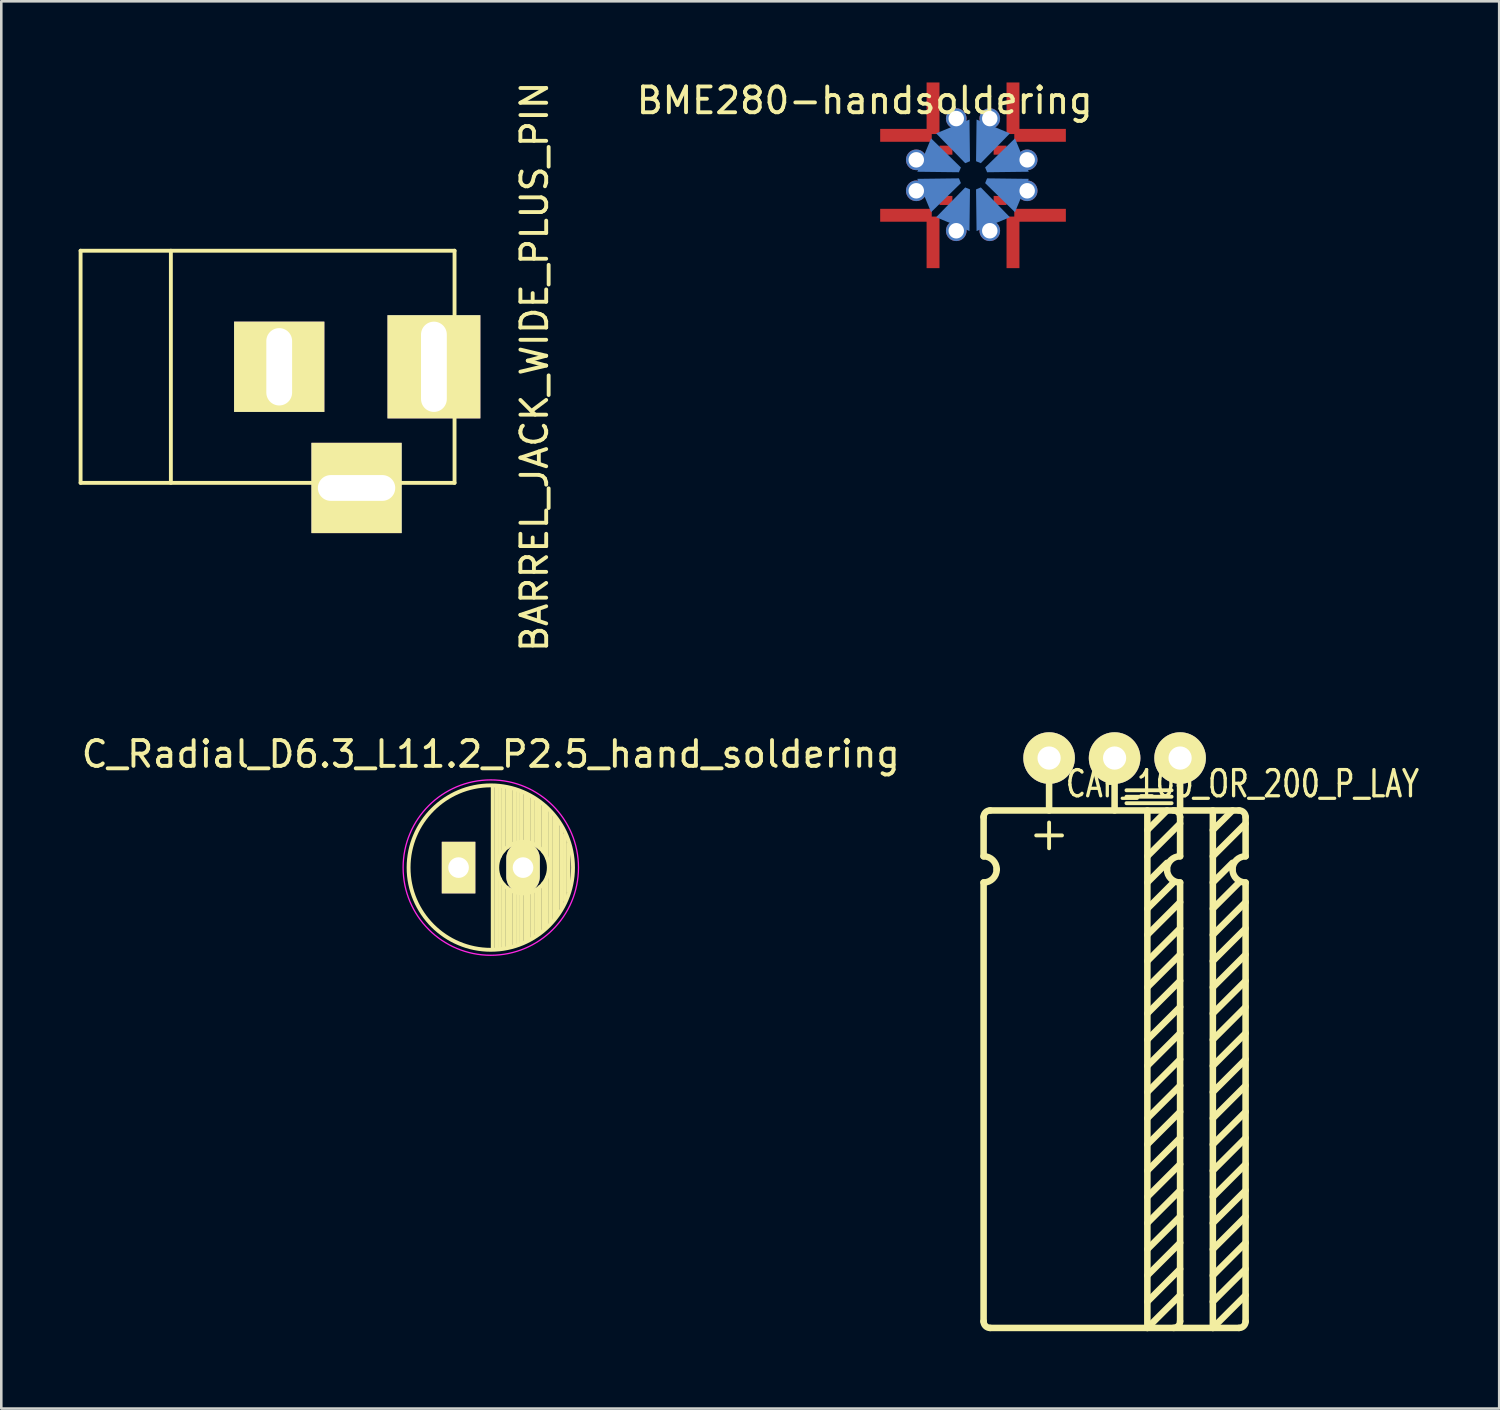
<source format=kicad_pcb>
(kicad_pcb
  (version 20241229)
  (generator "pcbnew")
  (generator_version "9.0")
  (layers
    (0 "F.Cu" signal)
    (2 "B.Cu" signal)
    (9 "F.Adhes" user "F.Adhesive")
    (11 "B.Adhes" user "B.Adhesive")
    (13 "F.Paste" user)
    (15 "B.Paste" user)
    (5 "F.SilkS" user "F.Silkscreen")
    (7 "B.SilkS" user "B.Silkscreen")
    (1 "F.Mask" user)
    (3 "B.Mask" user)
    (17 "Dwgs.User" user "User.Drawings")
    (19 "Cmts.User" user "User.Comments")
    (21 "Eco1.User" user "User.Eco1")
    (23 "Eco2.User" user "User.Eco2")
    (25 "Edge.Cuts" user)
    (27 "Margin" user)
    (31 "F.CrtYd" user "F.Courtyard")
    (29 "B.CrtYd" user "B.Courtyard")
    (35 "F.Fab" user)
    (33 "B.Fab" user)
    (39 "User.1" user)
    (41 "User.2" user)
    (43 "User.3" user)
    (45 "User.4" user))
  (footprint "C_Radial_D6.3_L11.2_P2.5_hand_soldering"
    (layer "F.Cu")
    (at 14.732 30.593)
    (property "Reference" "C_Radial_D6.3_L11.2_P2.5_hand_soldering" (at 1.25 -4.4 0) (layer "F.SilkS") (effects (font (size 1 1) (thickness 0.15))))
    (attr through_hole)
    (fp_line (start 1.325 -3.149) (end 1.325 3.149) (stroke (width 0.15) (type solid)) (layer "F.SilkS"))
    (fp_line (start 1.465 -3.143) (end 1.465 3.143) (stroke (width 0.15) (type solid)) (layer "F.SilkS"))
    (fp_line (start 1.605 -3.13) (end 1.605 -0.446) (stroke (width 0.15) (type solid)) (layer "F.SilkS"))
    (fp_line (start 1.605 0.446) (end 1.605 3.13) (stroke (width 0.15) (type solid)) (layer "F.SilkS"))
    (fp_line (start 1.745 -3.111) (end 1.745 -0.656) (stroke (width 0.15) (type solid)) (layer "F.SilkS"))
    (fp_line (start 1.745 0.656) (end 1.745 3.111) (stroke (width 0.15) (type solid)) (layer "F.SilkS"))
    (fp_line (start 1.885 -3.085) (end 1.885 -0.789) (stroke (width 0.15) (type solid)) (layer "F.SilkS"))
    (fp_line (start 1.885 0.789) (end 1.885 3.085) (stroke (width 0.15) (type solid)) (layer "F.SilkS"))
    (fp_line (start 2.025 -3.053) (end 2.025 -0.88) (stroke (width 0.15) (type solid)) (layer "F.SilkS"))
    (fp_line (start 2.025 0.88) (end 2.025 3.053) (stroke (width 0.15) (type solid)) (layer "F.SilkS"))
    (fp_line (start 2.165 -3.014) (end 2.165 -0.942) (stroke (width 0.15) (type solid)) (layer "F.SilkS"))
    (fp_line (start 2.165 0.942) (end 2.165 3.014) (stroke (width 0.15) (type solid)) (layer "F.SilkS"))
    (fp_line (start 2.305 -2.968) (end 2.305 -0.981) (stroke (width 0.15) (type solid)) (layer "F.SilkS"))
    (fp_line (start 2.305 0.981) (end 2.305 2.968) (stroke (width 0.15) (type solid)) (layer "F.SilkS"))
    (fp_line (start 2.445 -2.915) (end 2.445 -0.998) (stroke (width 0.15) (type solid)) (layer "F.SilkS"))
    (fp_line (start 2.445 0.998) (end 2.445 2.915) (stroke (width 0.15) (type solid)) (layer "F.SilkS"))
    (fp_line (start 2.585 -2.853) (end 2.585 -0.996) (stroke (width 0.15) (type solid)) (layer "F.SilkS"))
    (fp_line (start 2.585 0.996) (end 2.585 2.853) (stroke (width 0.15) (type solid)) (layer "F.SilkS"))
    (fp_line (start 2.725 -2.783) (end 2.725 -0.974) (stroke (width 0.15) (type solid)) (layer "F.SilkS"))
    (fp_line (start 2.725 0.974) (end 2.725 2.783) (stroke (width 0.15) (type solid)) (layer "F.SilkS"))
    (fp_line (start 2.865 -2.704) (end 2.865 -0.931) (stroke (width 0.15) (type solid)) (layer "F.SilkS"))
    (fp_line (start 2.865 0.931) (end 2.865 2.704) (stroke (width 0.15) (type solid)) (layer "F.SilkS"))
    (fp_line (start 3.005 -2.616) (end 3.005 -0.863) (stroke (width 0.15) (type solid)) (layer "F.SilkS"))
    (fp_line (start 3.005 0.863) (end 3.005 2.616) (stroke (width 0.15) (type solid)) (layer "F.SilkS"))
    (fp_line (start 3.145 -2.516) (end 3.145 -0.764) (stroke (width 0.15) (type solid)) (layer "F.SilkS"))
    (fp_line (start 3.145 0.764) (end 3.145 2.516) (stroke (width 0.15) (type solid)) (layer "F.SilkS"))
    (fp_line (start 3.285 -2.404) (end 3.285 -0.619) (stroke (width 0.15) (type solid)) (layer "F.SilkS"))
    (fp_line (start 3.285 0.619) (end 3.285 2.404) (stroke (width 0.15) (type solid)) (layer "F.SilkS"))
    (fp_line (start 3.425 -2.279) (end 3.425 -0.38) (stroke (width 0.15) (type solid)) (layer "F.SilkS"))
    (fp_line (start 3.425 0.38) (end 3.425 2.279) (stroke (width 0.15) (type solid)) (layer "F.SilkS"))
    (fp_line (start 3.565 -2.136) (end 3.565 2.136) (stroke (width 0.15) (type solid)) (layer "F.SilkS"))
    (fp_line (start 3.705 -1.974) (end 3.705 1.974) (stroke (width 0.15) (type solid)) (layer "F.SilkS"))
    (fp_line (start 3.845 -1.786) (end 3.845 1.786) (stroke (width 0.15) (type solid)) (layer "F.SilkS"))
    (fp_line (start 3.985 -1.563) (end 3.985 1.563) (stroke (width 0.15) (type solid)) (layer "F.SilkS"))
    (fp_line (start 4.125 -1.287) (end 4.125 1.287) (stroke (width 0.15) (type solid)) (layer "F.SilkS"))
    (fp_line (start 4.265 -0.912) (end 4.265 0.912) (stroke (width 0.15) (type solid)) (layer "F.SilkS"))
    (fp_circle (center 1.25 0) (end 1.25 -3.188) (stroke (width 0.15) (type solid)) (fill no) (layer "F.SilkS"))
    (fp_circle (center 2.5 0) (end 2.5 -1) (stroke (width 0.15) (type solid)) (fill no) (layer "F.SilkS"))
    (fp_circle (center 1.25 0) (end 1.25 -3.4) (stroke (width 0.05) (type solid)) (fill no) (layer "F.CrtYd"))
    (pad "1" thru_hole rect (at 0 0) (size 1.3 2) (drill 0.8) (layers "*.Cu" "*.Mask" "F.SilkS"))
    (pad "2" thru_hole oval (at 2.5 0) (size 1.3 2) (drill 0.8) (layers "*.Cu" "*.Mask" "F.SilkS")))
  (footprint "BARREL_JACK_WIDE_PLUS_PIN"
    (layer "F.Cu")
    (at 7.576 11.173)
    (property "Reference" "BARREL_JACK_WIDE_PLUS_PIN" (at 10.099 0 90) (layer "F.SilkS") (effects (font (size 1 1) (thickness 0.15))))
    (attr through_hole)
    (fp_line (start -7.501 -4.501) (end -7.501 4.501) (stroke (width 0.15) (type solid)) (layer "F.SilkS"))
    (fp_line (start -7.501 4.501) (end 7 4.501) (stroke (width 0.15) (type solid)) (layer "F.SilkS"))
    (fp_line (start -4 -4.501) (end -4 4.501) (stroke (width 0.15) (type solid)) (layer "F.SilkS"))
    (fp_line (start 7 -4.501) (end -7.501 -4.501) (stroke (width 0.15) (type solid)) (layer "F.SilkS"))
    (fp_line (start 7 4.501) (end 7 -4.501) (stroke (width 0.15) (type solid)) (layer "F.SilkS"))
    (pad "1" thru_hole rect (at 6.2 0) (size 3.6 4.001) (drill oval 1 3.5) (layers "*.Cu" "*.Mask" "F.SilkS"))
    (pad "2" thru_hole rect (at 0.201 0) (size 3.5 3.5) (drill oval 1 3) (layers "*.Cu" "*.Mask" "F.SilkS"))
    (pad "3" thru_hole rect (at 3.2 4.699) (size 3.5 3.5) (drill oval 3 1) (layers "*.Cu" "*.Mask" "F.SilkS")))
  (footprint "BME280-handsoldering"
    (layer "F.Cu")
    (at 34.681 3.748)
    (property "Reference" "BME280-handsoldering" (at -4.2 -2.9 0) (layer "F.SilkS") (effects (font (size 1 1) (thickness 0.15))))
    (attr through_hole)
    (pad "1" smd rect (at -2.6 -1.55 90) (size 0.5 2) (layers "F.Cu" "F.Mask" "F.Paste"))
    (pad "1" smd rect (at -2.6 1.55 270) (size 0.5 2) (layers "F.Cu" "F.Mask" "F.Paste"))
    (pad "1" smd rect (at -1.55 -2.6 180) (size 0.5 2) (layers "F.Cu" "F.Mask" "F.Paste"))
    (pad "1" smd rect (at -1.55 2.6 180) (size 0.5 2) (layers "F.Cu" "F.Mask" "F.Paste"))
    (pad "1" smd trapezoid (at 0.497 -1.201 337.5) (size 0.8 1.5) (rect_delta 0 -0.6) (layers "B.Cu" "B.Mask" "B.Paste"))
    (pad "1" thru_hole circle (at 0.65 -2.2) (size 0.8 0.8) (drill 0.6) (layers "*.Cu" "*.Mask"))
    (pad "1" smd rect (at 1.05 -0.975) (size 0.5 0.35) (layers "F.Cu" "F.Mask" "F.Paste"))
    (pad "1" smd rect (at 1.55 -2.6) (size 0.5 2) (layers "F.Cu" "F.Mask" "F.Paste"))
    (pad "1" smd rect (at 1.55 2.6) (size 0.5 2) (layers "F.Cu" "F.Mask" "F.Paste"))
    (pad "1" smd rect (at 2.6 -1.55 90) (size 0.5 2) (layers "F.Cu" "F.Mask" "F.Paste"))
    (pad "1" smd rect (at 2.6 1.55 270) (size 0.5 2) (layers "F.Cu" "F.Mask" "F.Paste"))
    (pad "2" smd rect (at 1.05 -0.325) (size 0.5 0.35) (layers "F.Cu" "F.Mask" "F.Paste"))
    (pad "2" smd trapezoid (at 1.201 -0.498 292.5) (size 0.8 1.5) (rect_delta 0 -0.6) (layers "B.Cu" "B.Mask" "B.Paste"))
    (pad "2" thru_hole circle (at 2.1 -0.6) (size 0.8 0.8) (drill 0.6) (layers "*.Cu" "*.Mask"))
    (pad "3" smd rect (at 1.05 0.325) (size 0.5 0.35) (layers "F.Cu" "F.Mask" "F.Paste"))
    (pad "3" smd trapezoid (at 1.201 0.497 247.5) (size 0.8 1.5) (rect_delta 0 -0.6) (layers "B.Cu" "B.Mask" "B.Paste"))
    (pad "3" thru_hole circle (at 2.1 0.6) (size 0.8 0.8) (drill 0.6) (layers "*.Cu" "*.Mask"))
    (pad "4" smd trapezoid (at 0.497 1.201 202.5) (size 0.8 1.5) (rect_delta 0 -0.6) (layers "B.Cu" "B.Mask" "B.Paste"))
    (pad "4" thru_hole circle (at 0.65 2.15) (size 0.8 0.8) (drill 0.6) (layers "*.Cu" "*.Mask"))
    (pad "4" smd rect (at 1.05 0.975) (size 0.5 0.35) (layers "F.Cu" "F.Mask" "F.Paste"))
    (pad "5" smd rect (at -1.05 0.975) (size 0.5 0.35) (layers "F.Cu" "F.Mask" "F.Paste"))
    (pad "5" thru_hole circle (at -0.65 2.15) (size 0.8 0.8) (drill 0.6) (layers "*.Cu" "*.Mask"))
    (pad "5" smd trapezoid (at -0.497 1.201 157.5) (size 0.8 1.5) (rect_delta 0 -0.6) (layers "B.Cu" "B.Mask" "B.Paste"))
    (pad "6" thru_hole circle (at -2.2 0.6) (size 0.8 0.8) (drill 0.6) (layers "*.Cu" "*.Mask"))
    (pad "6" smd trapezoid (at -1.201 0.497 112.5) (size 0.8 1.5) (rect_delta 0 -0.6) (layers "B.Cu" "B.Mask" "B.Paste"))
    (pad "6" smd rect (at -1.05 0.325) (size 0.5 0.35) (layers "F.Cu" "F.Mask" "F.Paste"))
    (pad "7" thru_hole circle (at -2.2 -0.6) (size 0.8 0.8) (drill 0.6) (layers "*.Cu" "*.Mask"))
    (pad "7" smd trapezoid (at -1.201 -0.498 67.5) (size 0.8 1.5) (rect_delta 0 -0.6) (layers "B.Cu" "B.Mask" "B.Paste"))
    (pad "7" smd rect (at -1.05 -0.325) (size 0.5 0.35) (layers "F.Cu" "F.Mask" "F.Paste"))
    (pad "8" smd rect (at -1.05 -0.975) (size 0.5 0.35) (layers "F.Cu" "F.Mask" "F.Paste"))
    (pad "8" thru_hole circle (at -0.65 -2.2) (size 0.8 0.8) (drill 0.6) (layers "*.Cu" "*.Mask"))
    (pad "8" smd trapezoid (at -0.497 -1.201 22.5) (size 0.8 1.5) (rect_delta 0 -0.6) (layers "B.Cu" "B.Mask" "B.Paste")))
  (footprint "CAP_100_OR_200_P_LAY"
    (layer "F.Cu")
    (at 37.631 26.345)
    (property "Reference" "CAP_100_OR_200_P_LAY" (at 7.5 1 0) (layer "F.SilkS") (effects (font (size 1.016 0.762) (thickness 0.127))))
    (attr through_hole)
    (fp_line (start -2.54 2.286) (end -2.54 3.81) (stroke (width 0.254) (type solid)) (layer "F.SilkS"))
    (fp_line (start -2.54 4.826) (end -2.54 21.844) (stroke (width 0.254) (type solid)) (layer "F.SilkS"))
    (fp_line (start -2.286 2.032) (end 7.366 2.032) (stroke (width 0.254) (type solid)) (layer "F.SilkS"))
    (fp_line (start -2.286 22.098) (end 7.366 22.098) (stroke (width 0.254) (type solid)) (layer "F.SilkS"))
    (fp_line (start -0.5 3) (end 0.5 3) (stroke (width 0.15) (type solid)) (layer "F.SilkS"))
    (fp_line (start 0 2.032) (end 0 1.016) (stroke (width 0.254) (type solid)) (layer "F.SilkS"))
    (fp_line (start 0 2.5) (end 0 3.5) (stroke (width 0.15) (type solid)) (layer "F.SilkS"))
    (fp_line (start 2.54 2.032) (end 2.54 1.016) (stroke (width 0.254) (type solid)) (layer "F.SilkS"))
    (fp_line (start 3 1.25) (end 4.75 1.25) (stroke (width 0.15) (type solid)) (layer "F.SilkS"))
    (fp_line (start 3 1.5) (end 4.75 1.5) (stroke (width 0.15) (type solid)) (layer "F.SilkS"))
    (fp_line (start 3 1.75) (end 4.75 1.75) (stroke (width 0.15) (type solid)) (layer "F.SilkS"))
    (fp_line (start 3.81 2.032) (end 3.81 22.098) (stroke (width 0.254) (type solid)) (layer "F.SilkS"))
    (fp_line (start 3.81 4.826) (end 4.572 4.064) (stroke (width 0.254) (type solid)) (layer "F.SilkS"))
    (fp_line (start 3.81 5.842) (end 4.826 4.826) (stroke (width 0.254) (type solid)) (layer "F.SilkS"))
    (fp_line (start 3.81 6.858) (end 5.08 5.588) (stroke (width 0.254) (type solid)) (layer "F.SilkS"))
    (fp_line (start 3.81 7.874) (end 5.08 6.604) (stroke (width 0.254) (type solid)) (layer "F.SilkS"))
    (fp_line (start 3.81 8.89) (end 5.08 7.62) (stroke (width 0.254) (type solid)) (layer "F.SilkS"))
    (fp_line (start 3.81 9.906) (end 5.08 8.636) (stroke (width 0.254) (type solid)) (layer "F.SilkS"))
    (fp_line (start 3.81 10.922) (end 5.08 9.652) (stroke (width 0.254) (type solid)) (layer "F.SilkS"))
    (fp_line (start 3.81 11.938) (end 5.08 10.668) (stroke (width 0.254) (type solid)) (layer "F.SilkS"))
    (fp_line (start 3.81 12.954) (end 5.08 11.684) (stroke (width 0.254) (type solid)) (layer "F.SilkS"))
    (fp_line (start 3.81 13.97) (end 5.08 12.7) (stroke (width 0.254) (type solid)) (layer "F.SilkS"))
    (fp_line (start 3.81 14.986) (end 5.08 13.716) (stroke (width 0.254) (type solid)) (layer "F.SilkS"))
    (fp_line (start 3.81 16.002) (end 5.08 14.732) (stroke (width 0.254) (type solid)) (layer "F.SilkS"))
    (fp_line (start 3.81 17.018) (end 5.08 15.748) (stroke (width 0.254) (type solid)) (layer "F.SilkS"))
    (fp_line (start 3.81 18.034) (end 5.08 16.764) (stroke (width 0.254) (type solid)) (layer "F.SilkS"))
    (fp_line (start 3.81 19.05) (end 5.08 17.78) (stroke (width 0.254) (type solid)) (layer "F.SilkS"))
    (fp_line (start 3.81 20.066) (end 5.08 18.796) (stroke (width 0.254) (type solid)) (layer "F.SilkS"))
    (fp_line (start 3.81 21.082) (end 5.08 19.812) (stroke (width 0.254) (type solid)) (layer "F.SilkS"))
    (fp_line (start 3.81 22.098) (end 5.08 20.828) (stroke (width 0.254) (type solid)) (layer "F.SilkS"))
    (fp_line (start 4.572 2.032) (end 3.81 2.794) (stroke (width 0.254) (type solid)) (layer "F.SilkS"))
    (fp_line (start 5.08 2.032) (end 5.08 1.016) (stroke (width 0.254) (type solid)) (layer "F.SilkS"))
    (fp_line (start 5.08 2.286) (end 5.08 3.81) (stroke (width 0.254) (type solid)) (layer "F.SilkS"))
    (fp_line (start 5.08 2.54) (end 3.81 3.81) (stroke (width 0.254) (type solid)) (layer "F.SilkS"))
    (fp_line (start 5.08 4.826) (end 5.08 21.844) (stroke (width 0.254) (type solid)) (layer "F.SilkS"))
    (fp_line (start 6.35 2.032) (end 6.35 22.098) (stroke (width 0.254) (type solid)) (layer "F.SilkS"))
    (fp_line (start 6.35 4.826) (end 7.112 4.064) (stroke (width 0.254) (type solid)) (layer "F.SilkS"))
    (fp_line (start 6.35 5.842) (end 7.366 4.826) (stroke (width 0.254) (type solid)) (layer "F.SilkS"))
    (fp_line (start 6.35 6.858) (end 7.62 5.588) (stroke (width 0.254) (type solid)) (layer "F.SilkS"))
    (fp_line (start 6.35 7.874) (end 7.62 6.604) (stroke (width 0.254) (type solid)) (layer "F.SilkS"))
    (fp_line (start 6.35 8.89) (end 7.62 7.62) (stroke (width 0.254) (type solid)) (layer "F.SilkS"))
    (fp_line (start 6.35 9.906) (end 7.62 8.636) (stroke (width 0.254) (type solid)) (layer "F.SilkS"))
    (fp_line (start 6.35 10.922) (end 7.62 9.652) (stroke (width 0.254) (type solid)) (layer "F.SilkS"))
    (fp_line (start 6.35 11.938) (end 7.62 10.668) (stroke (width 0.254) (type solid)) (layer "F.SilkS"))
    (fp_line (start 6.35 12.954) (end 7.62 11.684) (stroke (width 0.254) (type solid)) (layer "F.SilkS"))
    (fp_line (start 6.35 13.97) (end 7.62 12.7) (stroke (width 0.254) (type solid)) (layer "F.SilkS"))
    (fp_line (start 6.35 14.986) (end 7.62 13.716) (stroke (width 0.254) (type solid)) (layer "F.SilkS"))
    (fp_line (start 6.35 16.002) (end 7.62 14.732) (stroke (width 0.254) (type solid)) (layer "F.SilkS"))
    (fp_line (start 6.35 17.018) (end 7.62 15.748) (stroke (width 0.254) (type solid)) (layer "F.SilkS"))
    (fp_line (start 6.35 18.034) (end 7.62 16.764) (stroke (width 0.254) (type solid)) (layer "F.SilkS"))
    (fp_line (start 6.35 19.05) (end 7.62 17.78) (stroke (width 0.254) (type solid)) (layer "F.SilkS"))
    (fp_line (start 6.35 20.066) (end 7.62 18.796) (stroke (width 0.254) (type solid)) (layer "F.SilkS"))
    (fp_line (start 6.35 21.082) (end 7.62 19.812) (stroke (width 0.254) (type solid)) (layer "F.SilkS"))
    (fp_line (start 6.35 22.098) (end 7.62 20.828) (stroke (width 0.254) (type solid)) (layer "F.SilkS"))
    (fp_line (start 7.112 2.032) (end 6.35 2.794) (stroke (width 0.254) (type solid)) (layer "F.SilkS"))
    (fp_line (start 7.62 2.286) (end 7.62 3.81) (stroke (width 0.254) (type solid)) (layer "F.SilkS"))
    (fp_line (start 7.62 2.54) (end 6.35 3.81) (stroke (width 0.254) (type solid)) (layer "F.SilkS"))
    (fp_line (start 7.62 4.826) (end 7.62 21.844) (stroke (width 0.254) (type solid)) (layer "F.SilkS"))
    (fp_arc (start -2.54 2.286) (mid -2.465605 2.106395) (end -2.286 2.032) (stroke (width 0.254) (type solid)) (layer "F.SilkS"))
    (fp_arc (start -2.54 3.81) (mid -2.18079 3.95879) (end -2.032 4.318) (stroke (width 0.254) (type solid)) (layer "F.SilkS"))
    (fp_arc (start -2.286 22.098) (mid -2.465605 22.023605) (end -2.54 21.844) (stroke (width 0.254) (type solid)) (layer "F.SilkS"))
    (fp_arc (start -2.032 4.318) (mid -2.18079 4.67721) (end -2.54 4.826) (stroke (width 0.254) (type solid)) (layer "F.SilkS"))
    (fp_arc (start 4.572 4.318) (mid 4.72079 3.95879) (end 5.08 3.81) (stroke (width 0.254) (type solid)) (layer "F.SilkS"))
    (fp_arc (start 4.826 2.032) (mid 5.005605 2.106395) (end 5.08 2.286) (stroke (width 0.254) (type solid)) (layer "F.SilkS"))
    (fp_arc (start 5.08 4.826) (mid 4.72079 4.67721) (end 4.572 4.318) (stroke (width 0.254) (type solid)) (layer "F.SilkS"))
    (fp_arc (start 5.08 21.844) (mid 5.005605 22.023605) (end 4.826 22.098) (stroke (width 0.254) (type solid)) (layer "F.SilkS"))
    (fp_arc (start 7.112 4.318) (mid 7.26079 3.95879) (end 7.62 3.81) (stroke (width 0.254) (type solid)) (layer "F.SilkS"))
    (fp_arc (start 7.366 2.032) (mid 7.545605 2.106395) (end 7.62 2.286) (stroke (width 0.254) (type solid)) (layer "F.SilkS"))
    (fp_arc (start 7.62 4.826) (mid 7.26079 4.67721) (end 7.112 4.318) (stroke (width 0.254) (type solid)) (layer "F.SilkS"))
    (fp_arc (start 7.62 21.844) (mid 7.545605 22.023605) (end 7.366 22.098) (stroke (width 0.254) (type solid)) (layer "F.SilkS"))
    (pad "1" thru_hole circle (at 0 0) (size 2 2) (drill 0.9) (layers "*.Cu" "*.Mask" "F.SilkS"))
    (pad "2" thru_hole circle (at 2.54 0) (size 2 2) (drill 0.9) (layers "*.Cu" "*.Mask" "F.SilkS"))
    (pad "2" thru_hole circle (at 5.08 0) (size 2 2) (drill 0.9) (layers "*.Cu" "*.Mask" "F.SilkS")))
  (gr_rect
    (start -3 -3)
    (end 55.085 51.57)
    (stroke (width 0.1) (type default))
    (fill no)
    (layer "Edge.Cuts")))
</source>
